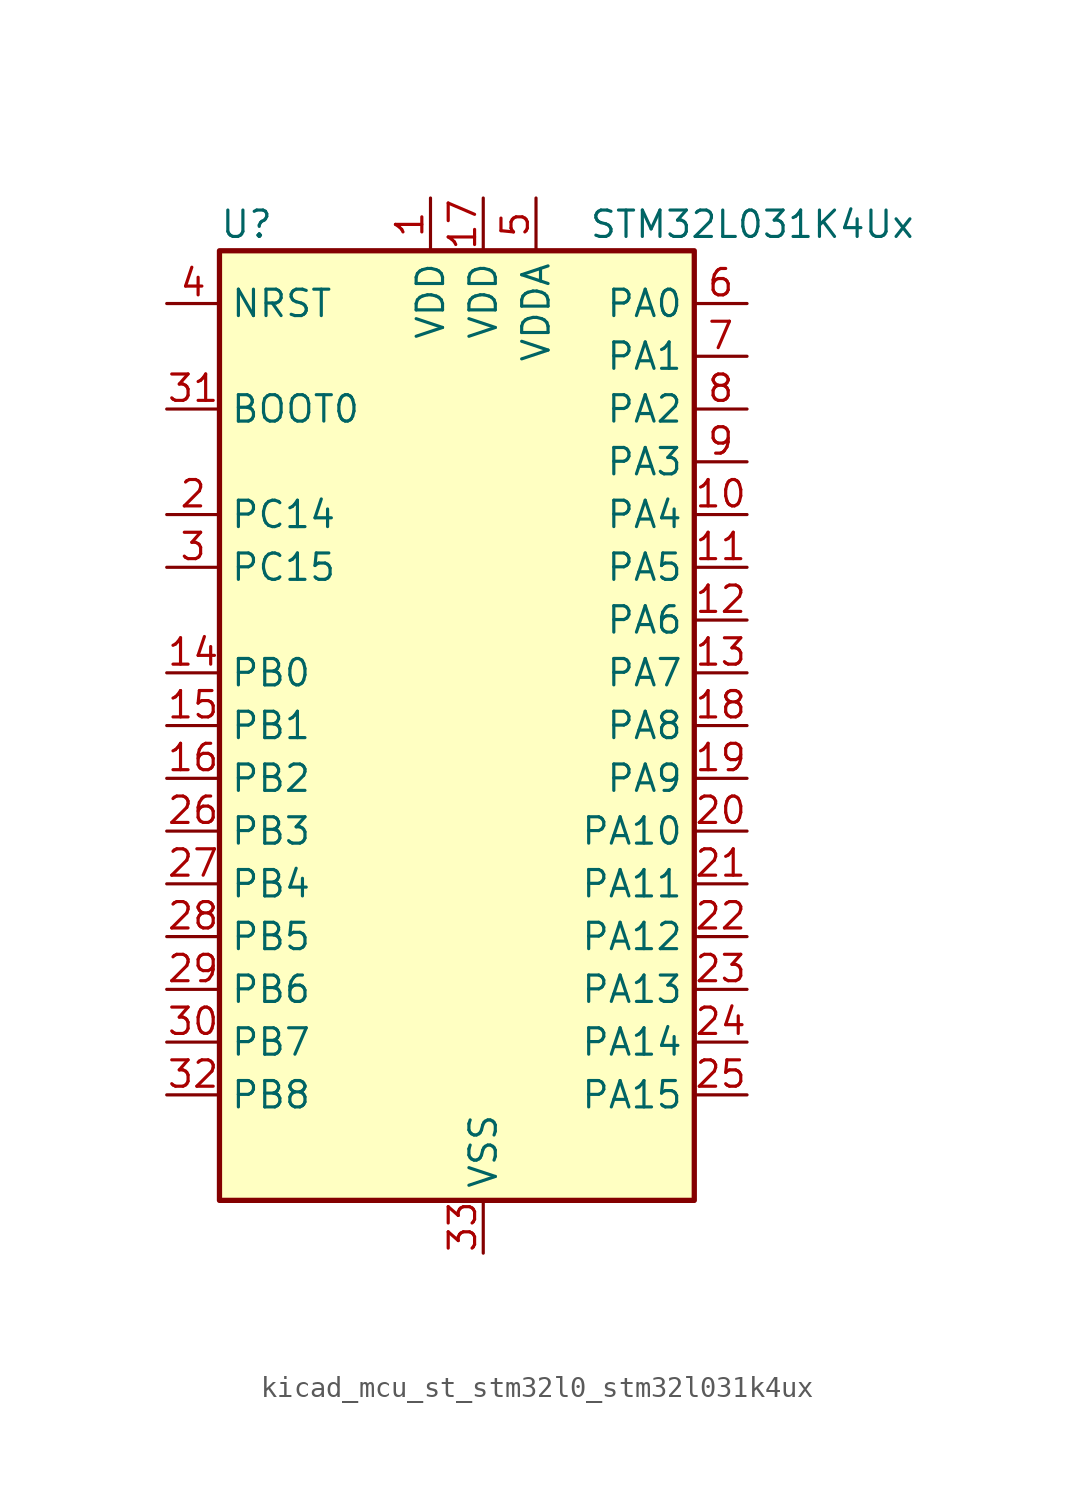
<source format=kicad_sym>
(kicad_symbol_lib
  (version 20220914)
  (generator kicad_symbol_editor)
  (symbol "kicad_mcu_st_stm32l0_stm32l031k4ux"
    (property "Reference" "U"
      (at -10.16 24.13 0)
      (effects (font (size 1.27 1.27)) (justify left)))
    (property "Value" "STM32L031K4Ux"
      (at 7.62 24.13 0)
      (effects (font (size 1.27 1.27)) (justify left)))
    (property "ki_locked" ""
      (at 0 0 0)
      (effects (font (size 1.27 1.27))))
    (symbol "kicad_mcu_st_stm32l0_stm32l031k4ux_0_1"
      (rectangle (start -10.16 -22.86) (end 12.7 22.86) (stroke (width 0.254) (type default)) (fill (type background))))
    (symbol "kicad_mcu_st_stm32l0_stm32l031k4ux_1_1"
      (pin power_in line (at 0 25.4 270) (length 2.54) (name "VDD" (effects (font (size 1.27 1.27)))) (number "1" (effects (font (size 1.27 1.27)))))
      (pin bidirectional line (at 15.24 10.16 180) (length 2.54) (name "PA4" (effects (font (size 1.27 1.27)))) (number "10" (effects (font (size 1.27 1.27)))) (alternate "ADC_IN4" bidirectional line) (alternate "COMP1_INM" bidirectional line) (alternate "COMP2_INM" bidirectional line) (alternate "LPTIM1_IN1" bidirectional line) (alternate "SPI1_NSS" bidirectional line) (alternate "TIM22_ETR" bidirectional line) (alternate "USART2_CK" bidirectional line))
      (pin bidirectional line (at 15.24 7.62 180) (length 2.54) (name "PA5" (effects (font (size 1.27 1.27)))) (number "11" (effects (font (size 1.27 1.27)))) (alternate "ADC_IN5" bidirectional line) (alternate "COMP1_INM" bidirectional line) (alternate "COMP2_INM" bidirectional line) (alternate "LPTIM1_IN2" bidirectional line) (alternate "SPI1_SCK" bidirectional line) (alternate "TIM2_CH1" bidirectional line) (alternate "TIM2_ETR" bidirectional line))
      (pin bidirectional line (at 15.24 5.08 180) (length 2.54) (name "PA6" (effects (font (size 1.27 1.27)))) (number "12" (effects (font (size 1.27 1.27)))) (alternate "ADC_IN6" bidirectional line) (alternate "COMP1_OUT" bidirectional line) (alternate "LPTIM1_ETR" bidirectional line) (alternate "LPUART1_CTS" bidirectional line) (alternate "SPI1_MISO" bidirectional line) (alternate "TIM22_CH1" bidirectional line))
      (pin bidirectional line (at 15.24 2.54 180) (length 2.54) (name "PA7" (effects (font (size 1.27 1.27)))) (number "13" (effects (font (size 1.27 1.27)))) (alternate "ADC_IN7" bidirectional line) (alternate "COMP2_OUT" bidirectional line) (alternate "LPTIM1_OUT" bidirectional line) (alternate "SPI1_MOSI" bidirectional line) (alternate "TIM22_CH2" bidirectional line) (alternate "USART2_CTS" bidirectional line))
      (pin bidirectional line (at -12.7 2.54 0) (length 2.54) (name "PB0" (effects (font (size 1.27 1.27)))) (number "14" (effects (font (size 1.27 1.27)))) (alternate "ADC_IN8" bidirectional line) (alternate "SPI1_MISO" bidirectional line) (alternate "SYS_VREF_OUT_PB0" bidirectional line) (alternate "TIM2_CH3" bidirectional line) (alternate "USART2_DE" bidirectional line) (alternate "USART2_RTS" bidirectional line))
      (pin bidirectional line (at -12.7 0 0) (length 2.54) (name "PB1" (effects (font (size 1.27 1.27)))) (number "15" (effects (font (size 1.27 1.27)))) (alternate "ADC_IN9" bidirectional line) (alternate "LPUART1_DE" bidirectional line) (alternate "LPUART1_RTS" bidirectional line) (alternate "SPI1_MOSI" bidirectional line) (alternate "SYS_VREF_OUT_PB1" bidirectional line) (alternate "TIM2_CH4" bidirectional line) (alternate "USART2_CK" bidirectional line))
      (pin bidirectional line (at -12.7 -2.54 0) (length 2.54) (name "PB2" (effects (font (size 1.27 1.27)))) (number "16" (effects (font (size 1.27 1.27)))) (alternate "LPTIM1_OUT" bidirectional line))
      (pin power_in line (at 2.54 25.4 270) (length 2.54) (name "VDD" (effects (font (size 1.27 1.27)))) (number "17" (effects (font (size 1.27 1.27)))))
      (pin bidirectional line (at 15.24 0 180) (length 2.54) (name "PA8" (effects (font (size 1.27 1.27)))) (number "18" (effects (font (size 1.27 1.27)))) (alternate "LPTIM1_IN1" bidirectional line) (alternate "RCC_MCO" bidirectional line) (alternate "TIM2_CH1" bidirectional line) (alternate "USART2_CK" bidirectional line))
      (pin bidirectional line (at 15.24 -2.54 180) (length 2.54) (name "PA9" (effects (font (size 1.27 1.27)))) (number "19" (effects (font (size 1.27 1.27)))) (alternate "I2C1_SCL" bidirectional line) (alternate "RCC_MCO" bidirectional line) (alternate "TIM22_CH1" bidirectional line) (alternate "USART2_TX" bidirectional line))
      (pin bidirectional line (at -12.7 10.16 0) (length 2.54) (name "PC14" (effects (font (size 1.27 1.27)))) (number "2" (effects (font (size 1.27 1.27)))) (alternate "RCC_OSC32_IN" bidirectional line))
      (pin bidirectional line (at 15.24 -5.08 180) (length 2.54) (name "PA10" (effects (font (size 1.27 1.27)))) (number "20" (effects (font (size 1.27 1.27)))) (alternate "I2C1_SDA" bidirectional line) (alternate "TIM22_CH2" bidirectional line) (alternate "USART2_RX" bidirectional line))
      (pin bidirectional line (at 15.24 -7.62 180) (length 2.54) (name "PA11" (effects (font (size 1.27 1.27)))) (number "21" (effects (font (size 1.27 1.27)))) (alternate "ADC_EXTI11" bidirectional line) (alternate "COMP1_OUT" bidirectional line) (alternate "SPI1_MISO" bidirectional line) (alternate "TIM21_CH2" bidirectional line) (alternate "USART2_CTS" bidirectional line))
      (pin bidirectional line (at 15.24 -10.16 180) (length 2.54) (name "PA12" (effects (font (size 1.27 1.27)))) (number "22" (effects (font (size 1.27 1.27)))) (alternate "COMP2_OUT" bidirectional line) (alternate "SPI1_MOSI" bidirectional line) (alternate "USART2_DE" bidirectional line) (alternate "USART2_RTS" bidirectional line))
      (pin bidirectional line (at 15.24 -12.7 180) (length 2.54) (name "PA13" (effects (font (size 1.27 1.27)))) (number "23" (effects (font (size 1.27 1.27)))) (alternate "LPTIM1_ETR" bidirectional line) (alternate "LPUART1_RX" bidirectional line) (alternate "SYS_SWDIO" bidirectional line))
      (pin bidirectional line (at 15.24 -15.24 180) (length 2.54) (name "PA14" (effects (font (size 1.27 1.27)))) (number "24" (effects (font (size 1.27 1.27)))) (alternate "I2C1_SMBA" bidirectional line) (alternate "LPTIM1_OUT" bidirectional line) (alternate "LPUART1_TX" bidirectional line) (alternate "SYS_SWCLK" bidirectional line) (alternate "USART2_TX" bidirectional line))
      (pin bidirectional line (at 15.24 -17.78 180) (length 2.54) (name "PA15" (effects (font (size 1.27 1.27)))) (number "25" (effects (font (size 1.27 1.27)))) (alternate "SPI1_NSS" bidirectional line) (alternate "TIM2_CH1" bidirectional line) (alternate "TIM2_ETR" bidirectional line) (alternate "USART2_RX" bidirectional line))
      (pin bidirectional line (at -12.7 -5.08 0) (length 2.54) (name "PB3" (effects (font (size 1.27 1.27)))) (number "26" (effects (font (size 1.27 1.27)))) (alternate "COMP2_INM" bidirectional line) (alternate "SPI1_SCK" bidirectional line) (alternate "TIM2_CH2" bidirectional line))
      (pin bidirectional line (at -12.7 -7.62 0) (length 2.54) (name "PB4" (effects (font (size 1.27 1.27)))) (number "27" (effects (font (size 1.27 1.27)))) (alternate "COMP2_INP" bidirectional line) (alternate "SPI1_MISO" bidirectional line) (alternate "TIM22_CH1" bidirectional line))
      (pin bidirectional line (at -12.7 -10.16 0) (length 2.54) (name "PB5" (effects (font (size 1.27 1.27)))) (number "28" (effects (font (size 1.27 1.27)))) (alternate "COMP2_INP" bidirectional line) (alternate "I2C1_SMBA" bidirectional line) (alternate "LPTIM1_IN1" bidirectional line) (alternate "SPI1_MOSI" bidirectional line) (alternate "TIM22_CH2" bidirectional line))
      (pin bidirectional line (at -12.7 -12.7 0) (length 2.54) (name "PB6" (effects (font (size 1.27 1.27)))) (number "29" (effects (font (size 1.27 1.27)))) (alternate "COMP2_INP" bidirectional line) (alternate "I2C1_SCL" bidirectional line) (alternate "LPTIM1_ETR" bidirectional line) (alternate "TIM21_CH1" bidirectional line) (alternate "USART2_TX" bidirectional line))
      (pin bidirectional line (at -12.7 7.62 0) (length 2.54) (name "PC15" (effects (font (size 1.27 1.27)))) (number "3" (effects (font (size 1.27 1.27)))) (alternate "RCC_OSC32_OUT" bidirectional line))
      (pin bidirectional line (at -12.7 -15.24 0) (length 2.54) (name "PB7" (effects (font (size 1.27 1.27)))) (number "30" (effects (font (size 1.27 1.27)))) (alternate "COMP2_INP" bidirectional line) (alternate "I2C1_SDA" bidirectional line) (alternate "LPTIM1_IN2" bidirectional line) (alternate "SYS_PVD_IN" bidirectional line) (alternate "USART2_RX" bidirectional line))
      (pin input line (at -12.7 15.24 0) (length 2.54) (name "BOOT0" (effects (font (size 1.27 1.27)))) (number "31" (effects (font (size 1.27 1.27)))))
      (pin bidirectional line (at -12.7 -17.78 0) (length 2.54) (name "PB8" (effects (font (size 1.27 1.27)))) (number "32" (effects (font (size 1.27 1.27)))) (alternate "I2C1_SCL" bidirectional line))
      (pin power_in line (at 2.54 -25.4 90) (length 2.54) (name "VSS" (effects (font (size 1.27 1.27)))) (number "33" (effects (font (size 1.27 1.27)))))
      (pin input line (at -12.7 20.32 0) (length 2.54) (name "NRST" (effects (font (size 1.27 1.27)))) (number "4" (effects (font (size 1.27 1.27)))))
      (pin power_in line (at 5.08 25.4 270) (length 2.54) (name "VDDA" (effects (font (size 1.27 1.27)))) (number "5" (effects (font (size 1.27 1.27)))))
      (pin bidirectional line (at 15.24 20.32 180) (length 2.54) (name "PA0" (effects (font (size 1.27 1.27)))) (number "6" (effects (font (size 1.27 1.27)))) (alternate "ADC_IN0" bidirectional line) (alternate "COMP1_INM" bidirectional line) (alternate "COMP1_OUT" bidirectional line) (alternate "LPTIM1_IN1" bidirectional line) (alternate "RCC_CK_IN" bidirectional line) (alternate "RTC_TAMP2" bidirectional line) (alternate "SYS_WKUP1" bidirectional line) (alternate "TIM2_CH1" bidirectional line) (alternate "TIM2_ETR" bidirectional line) (alternate "USART2_CTS" bidirectional line))
      (pin bidirectional line (at 15.24 17.78 180) (length 2.54) (name "PA1" (effects (font (size 1.27 1.27)))) (number "7" (effects (font (size 1.27 1.27)))) (alternate "ADC_IN1" bidirectional line) (alternate "COMP1_INP" bidirectional line) (alternate "I2C1_SMBA" bidirectional line) (alternate "LPTIM1_IN2" bidirectional line) (alternate "TIM21_ETR" bidirectional line) (alternate "TIM2_CH2" bidirectional line) (alternate "USART2_DE" bidirectional line) (alternate "USART2_RTS" bidirectional line))
      (pin bidirectional line (at 15.24 15.24 180) (length 2.54) (name "PA2" (effects (font (size 1.27 1.27)))) (number "8" (effects (font (size 1.27 1.27)))) (alternate "ADC_IN2" bidirectional line) (alternate "COMP2_INM" bidirectional line) (alternate "COMP2_OUT" bidirectional line) (alternate "LPUART1_TX" bidirectional line) (alternate "RTC_OUT_ALARM" bidirectional line) (alternate "RTC_OUT_CALIB" bidirectional line) (alternate "RTC_TAMP3" bidirectional line) (alternate "RTC_TS" bidirectional line) (alternate "SYS_WKUP3" bidirectional line) (alternate "TIM21_CH1" bidirectional line) (alternate "TIM2_CH3" bidirectional line) (alternate "USART2_TX" bidirectional line))
      (pin bidirectional line (at 15.24 12.7 180) (length 2.54) (name "PA3" (effects (font (size 1.27 1.27)))) (number "9" (effects (font (size 1.27 1.27)))) (alternate "ADC_IN3" bidirectional line) (alternate "COMP2_INP" bidirectional line) (alternate "LPUART1_RX" bidirectional line) (alternate "TIM21_CH2" bidirectional line) (alternate "TIM2_CH4" bidirectional line) (alternate "USART2_RX" bidirectional line)))))
</source>
